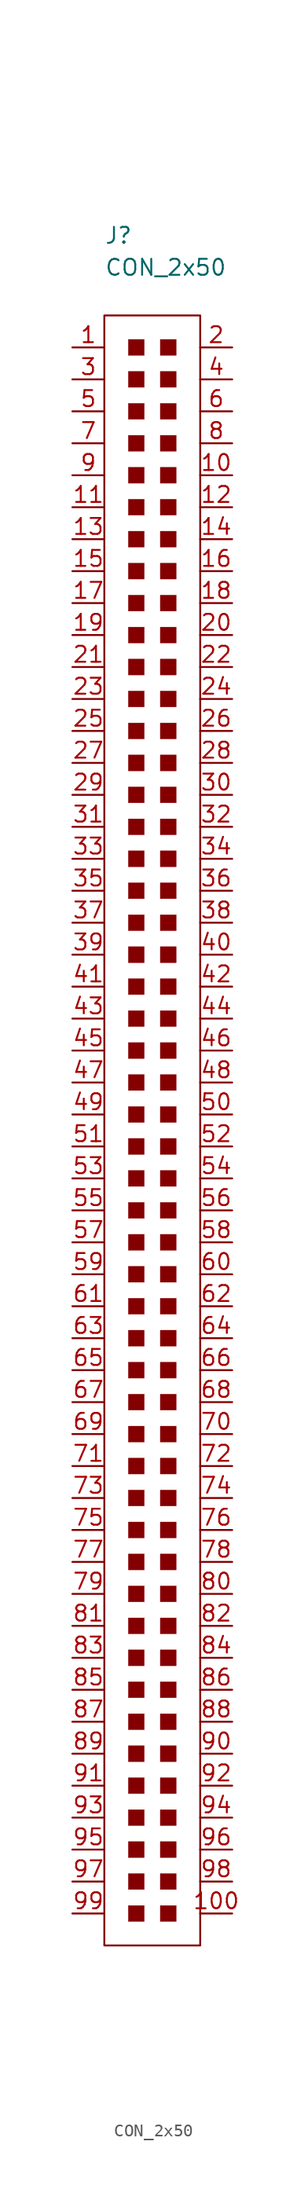
<source format=kicad_sym>
(kicad_symbol_lib
  (version 20211014)
  (generator kicad_symbol_editor)
  (symbol "CON_2x50"
    (pin_names
      (offset 1.016))
    (property "Reference" "J"
      (at 0 6.35 0)
      (effects (font (size 1.27 1.27)) (justify left)))
    (property "Value" "CON_2x50"
      (at 0 3.81 0)
      (effects (font (size 1.27 1.27)) (justify left)))
    (symbol "CON_2x50_0_1"
      (rectangle (start 0 0) (end 7.62 -129.54) (stroke (width 0.152) (type default) (color 0 0 0 0)) (fill (type none)))
      (rectangle (start 1.905 -126.365) (end 3.175 -127.635) (stroke (width 0.001) (type default) (color 0 0 0 0)) (fill (type outline)))
      (rectangle (start 1.905 -123.825) (end 3.175 -125.095) (stroke (width 0.001) (type default) (color 0 0 0 0)) (fill (type outline)))
      (rectangle (start 1.905 -121.285) (end 3.175 -122.555) (stroke (width 0.001) (type default) (color 0 0 0 0)) (fill (type outline)))
      (rectangle (start 1.905 -118.745) (end 3.175 -120.015) (stroke (width 0.001) (type default) (color 0 0 0 0)) (fill (type outline)))
      (rectangle (start 1.905 -116.205) (end 3.175 -117.475) (stroke (width 0.001) (type default) (color 0 0 0 0)) (fill (type outline)))
      (rectangle (start 1.905 -113.665) (end 3.175 -114.935) (stroke (width 0.001) (type default) (color 0 0 0 0)) (fill (type outline)))
      (rectangle (start 1.905 -111.125) (end 3.175 -112.395) (stroke (width 0.001) (type default) (color 0 0 0 0)) (fill (type outline)))
      (rectangle (start 1.905 -108.585) (end 3.175 -109.855) (stroke (width 0.001) (type default) (color 0 0 0 0)) (fill (type outline)))
      (rectangle (start 1.905 -106.045) (end 3.175 -107.315) (stroke (width 0.001) (type default) (color 0 0 0 0)) (fill (type outline)))
      (rectangle (start 1.905 -103.505) (end 3.175 -104.775) (stroke (width 0.001) (type default) (color 0 0 0 0)) (fill (type outline)))
      (rectangle (start 1.905 -100.965) (end 3.175 -102.235) (stroke (width 0.001) (type default) (color 0 0 0 0)) (fill (type outline)))
      (rectangle (start 1.905 -98.425) (end 3.175 -99.695) (stroke (width 0.001) (type default) (color 0 0 0 0)) (fill (type outline)))
      (rectangle (start 1.905 -95.885) (end 3.175 -97.155) (stroke (width 0.001) (type default) (color 0 0 0 0)) (fill (type outline)))
      (rectangle (start 1.905 -93.345) (end 3.175 -94.615) (stroke (width 0.001) (type default) (color 0 0 0 0)) (fill (type outline)))
      (rectangle (start 1.905 -90.805) (end 3.175 -92.075) (stroke (width 0.001) (type default) (color 0 0 0 0)) (fill (type outline)))
      (rectangle (start 1.905 -88.265) (end 3.175 -89.535) (stroke (width 0.001) (type default) (color 0 0 0 0)) (fill (type outline)))
      (rectangle (start 1.905 -85.725) (end 3.175 -86.995) (stroke (width 0.001) (type default) (color 0 0 0 0)) (fill (type outline)))
      (rectangle (start 1.905 -83.185) (end 3.175 -84.455) (stroke (width 0.001) (type default) (color 0 0 0 0)) (fill (type outline)))
      (rectangle (start 1.905 -80.645) (end 3.175 -81.915) (stroke (width 0.001) (type default) (color 0 0 0 0)) (fill (type outline)))
      (rectangle (start 1.905 -78.105) (end 3.175 -79.375) (stroke (width 0.001) (type default) (color 0 0 0 0)) (fill (type outline)))
      (rectangle (start 1.905 -75.565) (end 3.175 -76.835) (stroke (width 0.001) (type default) (color 0 0 0 0)) (fill (type outline)))
      (rectangle (start 1.905 -73.025) (end 3.175 -74.295) (stroke (width 0.001) (type default) (color 0 0 0 0)) (fill (type outline)))
      (rectangle (start 1.905 -70.485) (end 3.175 -71.755) (stroke (width 0.001) (type default) (color 0 0 0 0)) (fill (type outline)))
      (rectangle (start 1.905 -67.945) (end 3.175 -69.215) (stroke (width 0.001) (type default) (color 0 0 0 0)) (fill (type outline)))
      (rectangle (start 1.905 -65.405) (end 3.175 -66.675) (stroke (width 0.001) (type default) (color 0 0 0 0)) (fill (type outline)))
      (rectangle (start 1.905 -62.865) (end 3.175 -64.135) (stroke (width 0.001) (type default) (color 0 0 0 0)) (fill (type outline)))
      (rectangle (start 1.905 -60.325) (end 3.175 -61.595) (stroke (width 0.001) (type default) (color 0 0 0 0)) (fill (type outline)))
      (rectangle (start 1.905 -57.785) (end 3.175 -59.055) (stroke (width 0.001) (type default) (color 0 0 0 0)) (fill (type outline)))
      (rectangle (start 1.905 -55.245) (end 3.175 -56.515) (stroke (width 0.001) (type default) (color 0 0 0 0)) (fill (type outline)))
      (rectangle (start 1.905 -52.705) (end 3.175 -53.975) (stroke (width 0.001) (type default) (color 0 0 0 0)) (fill (type outline)))
      (rectangle (start 1.905 -50.165) (end 3.175 -51.435) (stroke (width 0.001) (type default) (color 0 0 0 0)) (fill (type outline)))
      (rectangle (start 1.905 -47.625) (end 3.175 -48.895) (stroke (width 0.001) (type default) (color 0 0 0 0)) (fill (type outline)))
      (rectangle (start 1.905 -45.085) (end 3.175 -46.355) (stroke (width 0.001) (type default) (color 0 0 0 0)) (fill (type outline)))
      (rectangle (start 1.905 -42.545) (end 3.175 -43.815) (stroke (width 0.001) (type default) (color 0 0 0 0)) (fill (type outline)))
      (rectangle (start 1.905 -40.005) (end 3.175 -41.275) (stroke (width 0.001) (type default) (color 0 0 0 0)) (fill (type outline)))
      (rectangle (start 1.905 -37.465) (end 3.175 -38.735) (stroke (width 0.001) (type default) (color 0 0 0 0)) (fill (type outline)))
      (rectangle (start 1.905 -34.925) (end 3.175 -36.195) (stroke (width 0.001) (type default) (color 0 0 0 0)) (fill (type outline)))
      (rectangle (start 1.905 -32.385) (end 3.175 -33.655) (stroke (width 0.001) (type default) (color 0 0 0 0)) (fill (type outline)))
      (rectangle (start 1.905 -29.845) (end 3.175 -31.115) (stroke (width 0.001) (type default) (color 0 0 0 0)) (fill (type outline)))
      (rectangle (start 1.905 -27.305) (end 3.175 -28.575) (stroke (width 0.001) (type default) (color 0 0 0 0)) (fill (type outline)))
      (rectangle (start 1.905 -24.765) (end 3.175 -26.035) (stroke (width 0.001) (type default) (color 0 0 0 0)) (fill (type outline)))
      (rectangle (start 1.905 -22.225) (end 3.175 -23.495) (stroke (width 0.001) (type default) (color 0 0 0 0)) (fill (type outline)))
      (rectangle (start 1.905 -19.685) (end 3.175 -20.955) (stroke (width 0.001) (type default) (color 0 0 0 0)) (fill (type outline)))
      (rectangle (start 1.905 -17.145) (end 3.175 -18.415) (stroke (width 0.001) (type default) (color 0 0 0 0)) (fill (type outline)))
      (rectangle (start 1.905 -14.605) (end 3.175 -15.875) (stroke (width 0.001) (type default) (color 0 0 0 0)) (fill (type outline)))
      (rectangle (start 1.905 -12.065) (end 3.175 -13.335) (stroke (width 0.001) (type default) (color 0 0 0 0)) (fill (type outline)))
      (rectangle (start 1.905 -9.525) (end 3.175 -10.795) (stroke (width 0.001) (type default) (color 0 0 0 0)) (fill (type outline)))
      (rectangle (start 1.905 -6.985) (end 3.175 -8.255) (stroke (width 0.001) (type default) (color 0 0 0 0)) (fill (type outline)))
      (rectangle (start 1.905 -4.445) (end 3.175 -5.715) (stroke (width 0.001) (type default) (color 0 0 0 0)) (fill (type outline)))
      (rectangle (start 1.905 -1.905) (end 3.175 -3.175) (stroke (width 0.001) (type default) (color 0 0 0 0)) (fill (type outline)))
      (rectangle (start 4.445 -126.365) (end 5.715 -127.635) (stroke (width 0.001) (type default) (color 0 0 0 0)) (fill (type outline)))
      (rectangle (start 4.445 -123.825) (end 5.715 -125.095) (stroke (width 0.001) (type default) (color 0 0 0 0)) (fill (type outline)))
      (rectangle (start 4.445 -121.285) (end 5.715 -122.555) (stroke (width 0.001) (type default) (color 0 0 0 0)) (fill (type outline)))
      (rectangle (start 4.445 -118.745) (end 5.715 -120.015) (stroke (width 0.001) (type default) (color 0 0 0 0)) (fill (type outline)))
      (rectangle (start 4.445 -116.205) (end 5.715 -117.475) (stroke (width 0.001) (type default) (color 0 0 0 0)) (fill (type outline)))
      (rectangle (start 4.445 -113.665) (end 5.715 -114.935) (stroke (width 0.001) (type default) (color 0 0 0 0)) (fill (type outline)))
      (rectangle (start 4.445 -111.125) (end 5.715 -112.395) (stroke (width 0.001) (type default) (color 0 0 0 0)) (fill (type outline)))
      (rectangle (start 4.445 -108.585) (end 5.715 -109.855) (stroke (width 0.001) (type default) (color 0 0 0 0)) (fill (type outline)))
      (rectangle (start 4.445 -106.045) (end 5.715 -107.315) (stroke (width 0.001) (type default) (color 0 0 0 0)) (fill (type outline)))
      (rectangle (start 4.445 -103.505) (end 5.715 -104.775) (stroke (width 0.001) (type default) (color 0 0 0 0)) (fill (type outline)))
      (rectangle (start 4.445 -100.965) (end 5.715 -102.235) (stroke (width 0.001) (type default) (color 0 0 0 0)) (fill (type outline)))
      (rectangle (start 4.445 -98.425) (end 5.715 -99.695) (stroke (width 0.001) (type default) (color 0 0 0 0)) (fill (type outline)))
      (rectangle (start 4.445 -95.885) (end 5.715 -97.155) (stroke (width 0.001) (type default) (color 0 0 0 0)) (fill (type outline)))
      (rectangle (start 4.445 -93.345) (end 5.715 -94.615) (stroke (width 0.001) (type default) (color 0 0 0 0)) (fill (type outline)))
      (rectangle (start 4.445 -90.805) (end 5.715 -92.075) (stroke (width 0.001) (type default) (color 0 0 0 0)) (fill (type outline)))
      (rectangle (start 4.445 -88.265) (end 5.715 -89.535) (stroke (width 0.001) (type default) (color 0 0 0 0)) (fill (type outline)))
      (rectangle (start 4.445 -85.725) (end 5.715 -86.995) (stroke (width 0.001) (type default) (color 0 0 0 0)) (fill (type outline)))
      (rectangle (start 4.445 -83.185) (end 5.715 -84.455) (stroke (width 0.001) (type default) (color 0 0 0 0)) (fill (type outline)))
      (rectangle (start 4.445 -80.645) (end 5.715 -81.915) (stroke (width 0.001) (type default) (color 0 0 0 0)) (fill (type outline)))
      (rectangle (start 4.445 -78.105) (end 5.715 -79.375) (stroke (width 0.001) (type default) (color 0 0 0 0)) (fill (type outline)))
      (rectangle (start 4.445 -75.565) (end 5.715 -76.835) (stroke (width 0.001) (type default) (color 0 0 0 0)) (fill (type outline)))
      (rectangle (start 4.445 -73.025) (end 5.715 -74.295) (stroke (width 0.001) (type default) (color 0 0 0 0)) (fill (type outline)))
      (rectangle (start 4.445 -70.485) (end 5.715 -71.755) (stroke (width 0.001) (type default) (color 0 0 0 0)) (fill (type outline)))
      (rectangle (start 4.445 -67.945) (end 5.715 -69.215) (stroke (width 0.001) (type default) (color 0 0 0 0)) (fill (type outline)))
      (rectangle (start 4.445 -65.405) (end 5.715 -66.675) (stroke (width 0.001) (type default) (color 0 0 0 0)) (fill (type outline)))
      (rectangle (start 4.445 -62.865) (end 5.715 -64.135) (stroke (width 0.001) (type default) (color 0 0 0 0)) (fill (type outline)))
      (rectangle (start 4.445 -60.325) (end 5.715 -61.595) (stroke (width 0.001) (type default) (color 0 0 0 0)) (fill (type outline)))
      (rectangle (start 4.445 -57.785) (end 5.715 -59.055) (stroke (width 0.001) (type default) (color 0 0 0 0)) (fill (type outline)))
      (rectangle (start 4.445 -55.245) (end 5.715 -56.515) (stroke (width 0.001) (type default) (color 0 0 0 0)) (fill (type outline)))
      (rectangle (start 4.445 -52.705) (end 5.715 -53.975) (stroke (width 0.001) (type default) (color 0 0 0 0)) (fill (type outline)))
      (rectangle (start 4.445 -50.165) (end 5.715 -51.435) (stroke (width 0.001) (type default) (color 0 0 0 0)) (fill (type outline)))
      (rectangle (start 4.445 -47.625) (end 5.715 -48.895) (stroke (width 0.001) (type default) (color 0 0 0 0)) (fill (type outline)))
      (rectangle (start 4.445 -45.085) (end 5.715 -46.355) (stroke (width 0.001) (type default) (color 0 0 0 0)) (fill (type outline)))
      (rectangle (start 4.445 -42.545) (end 5.715 -43.815) (stroke (width 0.001) (type default) (color 0 0 0 0)) (fill (type outline)))
      (rectangle (start 4.445 -40.005) (end 5.715 -41.275) (stroke (width 0.001) (type default) (color 0 0 0 0)) (fill (type outline)))
      (rectangle (start 4.445 -37.465) (end 5.715 -38.735) (stroke (width 0.001) (type default) (color 0 0 0 0)) (fill (type outline)))
      (rectangle (start 4.445 -34.925) (end 5.715 -36.195) (stroke (width 0.001) (type default) (color 0 0 0 0)) (fill (type outline)))
      (rectangle (start 4.445 -32.385) (end 5.715 -33.655) (stroke (width 0.001) (type default) (color 0 0 0 0)) (fill (type outline)))
      (rectangle (start 4.445 -29.845) (end 5.715 -31.115) (stroke (width 0.001) (type default) (color 0 0 0 0)) (fill (type outline)))
      (rectangle (start 4.445 -27.305) (end 5.715 -28.575) (stroke (width 0.001) (type default) (color 0 0 0 0)) (fill (type outline)))
      (rectangle (start 4.445 -24.765) (end 5.715 -26.035) (stroke (width 0.001) (type default) (color 0 0 0 0)) (fill (type outline)))
      (rectangle (start 4.445 -22.225) (end 5.715 -23.495) (stroke (width 0.001) (type default) (color 0 0 0 0)) (fill (type outline)))
      (rectangle (start 4.445 -19.685) (end 5.715 -20.955) (stroke (width 0.001) (type default) (color 0 0 0 0)) (fill (type outline)))
      (rectangle (start 4.445 -17.145) (end 5.715 -18.415) (stroke (width 0.001) (type default) (color 0 0 0 0)) (fill (type outline)))
      (rectangle (start 4.445 -14.605) (end 5.715 -15.875) (stroke (width 0.001) (type default) (color 0 0 0 0)) (fill (type outline)))
      (rectangle (start 4.445 -12.065) (end 5.715 -13.335) (stroke (width 0.001) (type default) (color 0 0 0 0)) (fill (type outline)))
      (rectangle (start 4.445 -9.525) (end 5.715 -10.795) (stroke (width 0.001) (type default) (color 0 0 0 0)) (fill (type outline)))
      (rectangle (start 4.445 -6.985) (end 5.715 -8.255) (stroke (width 0.001) (type default) (color 0 0 0 0)) (fill (type outline)))
      (rectangle (start 4.445 -4.445) (end 5.715 -5.715) (stroke (width 0.001) (type default) (color 0 0 0 0)) (fill (type outline)))
      (rectangle (start 4.445 -1.905) (end 5.715 -3.175) (stroke (width 0.001) (type default) (color 0 0 0 0)) (fill (type outline))))
    (symbol "CON_2x50_1_1"
      (pin passive line (at -2.54 -2.54 0) (length 2.54) (name "~" (effects (font (size 1.27 1.27)))) (number "1" (effects (font (size 1.27 1.27)))))
      (pin passive line (at 10.16 -12.7 180) (length 2.54) (name "~" (effects (font (size 1.27 1.27)))) (number "10" (effects (font (size 1.27 1.27)))))
      (pin passive line (at 10.16 -127 180) (length 2.54) (name "~" (effects (font (size 1.27 1.27)))) (number "100" (effects (font (size 1.27 1.27)))))
      (pin passive line (at -2.54 -15.24 0) (length 2.54) (name "~" (effects (font (size 1.27 1.27)))) (number "11" (effects (font (size 1.27 1.27)))))
      (pin passive line (at 10.16 -15.24 180) (length 2.54) (name "~" (effects (font (size 1.27 1.27)))) (number "12" (effects (font (size 1.27 1.27)))))
      (pin passive line (at -2.54 -17.78 0) (length 2.54) (name "~" (effects (font (size 1.27 1.27)))) (number "13" (effects (font (size 1.27 1.27)))))
      (pin passive line (at 10.16 -17.78 180) (length 2.54) (name "~" (effects (font (size 1.27 1.27)))) (number "14" (effects (font (size 1.27 1.27)))))
      (pin passive line (at -2.54 -20.32 0) (length 2.54) (name "~" (effects (font (size 1.27 1.27)))) (number "15" (effects (font (size 1.27 1.27)))))
      (pin passive line (at 10.16 -20.32 180) (length 2.54) (name "~" (effects (font (size 1.27 1.27)))) (number "16" (effects (font (size 1.27 1.27)))))
      (pin passive line (at -2.54 -22.86 0) (length 2.54) (name "~" (effects (font (size 1.27 1.27)))) (number "17" (effects (font (size 1.27 1.27)))))
      (pin passive line (at 10.16 -22.86 180) (length 2.54) (name "~" (effects (font (size 1.27 1.27)))) (number "18" (effects (font (size 1.27 1.27)))))
      (pin passive line (at -2.54 -25.4 0) (length 2.54) (name "~" (effects (font (size 1.27 1.27)))) (number "19" (effects (font (size 1.27 1.27)))))
      (pin passive line (at 10.16 -2.54 180) (length 2.54) (name "~" (effects (font (size 1.27 1.27)))) (number "2" (effects (font (size 1.27 1.27)))))
      (pin passive line (at 10.16 -25.4 180) (length 2.54) (name "~" (effects (font (size 1.27 1.27)))) (number "20" (effects (font (size 1.27 1.27)))))
      (pin passive line (at -2.54 -27.94 0) (length 2.54) (name "~" (effects (font (size 1.27 1.27)))) (number "21" (effects (font (size 1.27 1.27)))))
      (pin passive line (at 10.16 -27.94 180) (length 2.54) (name "~" (effects (font (size 1.27 1.27)))) (number "22" (effects (font (size 1.27 1.27)))))
      (pin passive line (at -2.54 -30.48 0) (length 2.54) (name "~" (effects (font (size 1.27 1.27)))) (number "23" (effects (font (size 1.27 1.27)))))
      (pin passive line (at 10.16 -30.48 180) (length 2.54) (name "~" (effects (font (size 1.27 1.27)))) (number "24" (effects (font (size 1.27 1.27)))))
      (pin passive line (at -2.54 -33.02 0) (length 2.54) (name "~" (effects (font (size 1.27 1.27)))) (number "25" (effects (font (size 1.27 1.27)))))
      (pin passive line (at 10.16 -33.02 180) (length 2.54) (name "~" (effects (font (size 1.27 1.27)))) (number "26" (effects (font (size 1.27 1.27)))))
      (pin passive line (at -2.54 -35.56 0) (length 2.54) (name "~" (effects (font (size 1.27 1.27)))) (number "27" (effects (font (size 1.27 1.27)))))
      (pin passive line (at 10.16 -35.56 180) (length 2.54) (name "~" (effects (font (size 1.27 1.27)))) (number "28" (effects (font (size 1.27 1.27)))))
      (pin passive line (at -2.54 -38.1 0) (length 2.54) (name "~" (effects (font (size 1.27 1.27)))) (number "29" (effects (font (size 1.27 1.27)))))
      (pin passive line (at -2.54 -5.08 0) (length 2.54) (name "~" (effects (font (size 1.27 1.27)))) (number "3" (effects (font (size 1.27 1.27)))))
      (pin passive line (at 10.16 -38.1 180) (length 2.54) (name "~" (effects (font (size 1.27 1.27)))) (number "30" (effects (font (size 1.27 1.27)))))
      (pin passive line (at -2.54 -40.64 0) (length 2.54) (name "~" (effects (font (size 1.27 1.27)))) (number "31" (effects (font (size 1.27 1.27)))))
      (pin passive line (at 10.16 -40.64 180) (length 2.54) (name "~" (effects (font (size 1.27 1.27)))) (number "32" (effects (font (size 1.27 1.27)))))
      (pin passive line (at -2.54 -43.18 0) (length 2.54) (name "~" (effects (font (size 1.27 1.27)))) (number "33" (effects (font (size 1.27 1.27)))))
      (pin passive line (at 10.16 -43.18 180) (length 2.54) (name "~" (effects (font (size 1.27 1.27)))) (number "34" (effects (font (size 1.27 1.27)))))
      (pin passive line (at -2.54 -45.72 0) (length 2.54) (name "~" (effects (font (size 1.27 1.27)))) (number "35" (effects (font (size 1.27 1.27)))))
      (pin passive line (at 10.16 -45.72 180) (length 2.54) (name "~" (effects (font (size 1.27 1.27)))) (number "36" (effects (font (size 1.27 1.27)))))
      (pin passive line (at -2.54 -48.26 0) (length 2.54) (name "~" (effects (font (size 1.27 1.27)))) (number "37" (effects (font (size 1.27 1.27)))))
      (pin passive line (at 10.16 -48.26 180) (length 2.54) (name "~" (effects (font (size 1.27 1.27)))) (number "38" (effects (font (size 1.27 1.27)))))
      (pin passive line (at -2.54 -50.8 0) (length 2.54) (name "~" (effects (font (size 1.27 1.27)))) (number "39" (effects (font (size 1.27 1.27)))))
      (pin passive line (at 10.16 -5.08 180) (length 2.54) (name "~" (effects (font (size 1.27 1.27)))) (number "4" (effects (font (size 1.27 1.27)))))
      (pin passive line (at 10.16 -50.8 180) (length 2.54) (name "~" (effects (font (size 1.27 1.27)))) (number "40" (effects (font (size 1.27 1.27)))))
      (pin passive line (at -2.54 -53.34 0) (length 2.54) (name "~" (effects (font (size 1.27 1.27)))) (number "41" (effects (font (size 1.27 1.27)))))
      (pin passive line (at 10.16 -53.34 180) (length 2.54) (name "~" (effects (font (size 1.27 1.27)))) (number "42" (effects (font (size 1.27 1.27)))))
      (pin passive line (at -2.54 -55.88 0) (length 2.54) (name "~" (effects (font (size 1.27 1.27)))) (number "43" (effects (font (size 1.27 1.27)))))
      (pin passive line (at 10.16 -55.88 180) (length 2.54) (name "~" (effects (font (size 1.27 1.27)))) (number "44" (effects (font (size 1.27 1.27)))))
      (pin passive line (at -2.54 -58.42 0) (length 2.54) (name "~" (effects (font (size 1.27 1.27)))) (number "45" (effects (font (size 1.27 1.27)))))
      (pin passive line (at 10.16 -58.42 180) (length 2.54) (name "~" (effects (font (size 1.27 1.27)))) (number "46" (effects (font (size 1.27 1.27)))))
      (pin passive line (at -2.54 -60.96 0) (length 2.54) (name "~" (effects (font (size 1.27 1.27)))) (number "47" (effects (font (size 1.27 1.27)))))
      (pin passive line (at 10.16 -60.96 180) (length 2.54) (name "~" (effects (font (size 1.27 1.27)))) (number "48" (effects (font (size 1.27 1.27)))))
      (pin passive line (at -2.54 -63.5 0) (length 2.54) (name "~" (effects (font (size 1.27 1.27)))) (number "49" (effects (font (size 1.27 1.27)))))
      (pin passive line (at -2.54 -7.62 0) (length 2.54) (name "~" (effects (font (size 1.27 1.27)))) (number "5" (effects (font (size 1.27 1.27)))))
      (pin passive line (at 10.16 -63.5 180) (length 2.54) (name "~" (effects (font (size 1.27 1.27)))) (number "50" (effects (font (size 1.27 1.27)))))
      (pin passive line (at -2.54 -66.04 0) (length 2.54) (name "~" (effects (font (size 1.27 1.27)))) (number "51" (effects (font (size 1.27 1.27)))))
      (pin passive line (at 10.16 -66.04 180) (length 2.54) (name "~" (effects (font (size 1.27 1.27)))) (number "52" (effects (font (size 1.27 1.27)))))
      (pin passive line (at -2.54 -68.58 0) (length 2.54) (name "~" (effects (font (size 1.27 1.27)))) (number "53" (effects (font (size 1.27 1.27)))))
      (pin passive line (at 10.16 -68.58 180) (length 2.54) (name "~" (effects (font (size 1.27 1.27)))) (number "54" (effects (font (size 1.27 1.27)))))
      (pin passive line (at -2.54 -71.12 0) (length 2.54) (name "~" (effects (font (size 1.27 1.27)))) (number "55" (effects (font (size 1.27 1.27)))))
      (pin passive line (at 10.16 -71.12 180) (length 2.54) (name "~" (effects (font (size 1.27 1.27)))) (number "56" (effects (font (size 1.27 1.27)))))
      (pin passive line (at -2.54 -73.66 0) (length 2.54) (name "~" (effects (font (size 1.27 1.27)))) (number "57" (effects (font (size 1.27 1.27)))))
      (pin passive line (at 10.16 -73.66 180) (length 2.54) (name "~" (effects (font (size 1.27 1.27)))) (number "58" (effects (font (size 1.27 1.27)))))
      (pin passive line (at -2.54 -76.2 0) (length 2.54) (name "~" (effects (font (size 1.27 1.27)))) (number "59" (effects (font (size 1.27 1.27)))))
      (pin passive line (at 10.16 -7.62 180) (length 2.54) (name "~" (effects (font (size 1.27 1.27)))) (number "6" (effects (font (size 1.27 1.27)))))
      (pin passive line (at 10.16 -76.2 180) (length 2.54) (name "~" (effects (font (size 1.27 1.27)))) (number "60" (effects (font (size 1.27 1.27)))))
      (pin passive line (at -2.54 -78.74 0) (length 2.54) (name "~" (effects (font (size 1.27 1.27)))) (number "61" (effects (font (size 1.27 1.27)))))
      (pin passive line (at 10.16 -78.74 180) (length 2.54) (name "~" (effects (font (size 1.27 1.27)))) (number "62" (effects (font (size 1.27 1.27)))))
      (pin passive line (at -2.54 -81.28 0) (length 2.54) (name "~" (effects (font (size 1.27 1.27)))) (number "63" (effects (font (size 1.27 1.27)))))
      (pin passive line (at 10.16 -81.28 180) (length 2.54) (name "~" (effects (font (size 1.27 1.27)))) (number "64" (effects (font (size 1.27 1.27)))))
      (pin passive line (at -2.54 -83.82 0) (length 2.54) (name "~" (effects (font (size 1.27 1.27)))) (number "65" (effects (font (size 1.27 1.27)))))
      (pin passive line (at 10.16 -83.82 180) (length 2.54) (name "~" (effects (font (size 1.27 1.27)))) (number "66" (effects (font (size 1.27 1.27)))))
      (pin passive line (at -2.54 -86.36 0) (length 2.54) (name "~" (effects (font (size 1.27 1.27)))) (number "67" (effects (font (size 1.27 1.27)))))
      (pin passive line (at 10.16 -86.36 180) (length 2.54) (name "~" (effects (font (size 1.27 1.27)))) (number "68" (effects (font (size 1.27 1.27)))))
      (pin passive line (at -2.54 -88.9 0) (length 2.54) (name "~" (effects (font (size 1.27 1.27)))) (number "69" (effects (font (size 1.27 1.27)))))
      (pin passive line (at -2.54 -10.16 0) (length 2.54) (name "~" (effects (font (size 1.27 1.27)))) (number "7" (effects (font (size 1.27 1.27)))))
      (pin passive line (at 10.16 -88.9 180) (length 2.54) (name "~" (effects (font (size 1.27 1.27)))) (number "70" (effects (font (size 1.27 1.27)))))
      (pin passive line (at -2.54 -91.44 0) (length 2.54) (name "~" (effects (font (size 1.27 1.27)))) (number "71" (effects (font (size 1.27 1.27)))))
      (pin passive line (at 10.16 -91.44 180) (length 2.54) (name "~" (effects (font (size 1.27 1.27)))) (number "72" (effects (font (size 1.27 1.27)))))
      (pin passive line (at -2.54 -93.98 0) (length 2.54) (name "~" (effects (font (size 1.27 1.27)))) (number "73" (effects (font (size 1.27 1.27)))))
      (pin passive line (at 10.16 -93.98 180) (length 2.54) (name "~" (effects (font (size 1.27 1.27)))) (number "74" (effects (font (size 1.27 1.27)))))
      (pin passive line (at -2.54 -96.52 0) (length 2.54) (name "~" (effects (font (size 1.27 1.27)))) (number "75" (effects (font (size 1.27 1.27)))))
      (pin passive line (at 10.16 -96.52 180) (length 2.54) (name "~" (effects (font (size 1.27 1.27)))) (number "76" (effects (font (size 1.27 1.27)))))
      (pin passive line (at -2.54 -99.06 0) (length 2.54) (name "~" (effects (font (size 1.27 1.27)))) (number "77" (effects (font (size 1.27 1.27)))))
      (pin passive line (at 10.16 -99.06 180) (length 2.54) (name "~" (effects (font (size 1.27 1.27)))) (number "78" (effects (font (size 1.27 1.27)))))
      (pin passive line (at -2.54 -101.6 0) (length 2.54) (name "~" (effects (font (size 1.27 1.27)))) (number "79" (effects (font (size 1.27 1.27)))))
      (pin passive line (at 10.16 -10.16 180) (length 2.54) (name "~" (effects (font (size 1.27 1.27)))) (number "8" (effects (font (size 1.27 1.27)))))
      (pin passive line (at 10.16 -101.6 180) (length 2.54) (name "~" (effects (font (size 1.27 1.27)))) (number "80" (effects (font (size 1.27 1.27)))))
      (pin passive line (at -2.54 -104.14 0) (length 2.54) (name "~" (effects (font (size 1.27 1.27)))) (number "81" (effects (font (size 1.27 1.27)))))
      (pin passive line (at 10.16 -104.14 180) (length 2.54) (name "~" (effects (font (size 1.27 1.27)))) (number "82" (effects (font (size 1.27 1.27)))))
      (pin passive line (at -2.54 -106.68 0) (length 2.54) (name "~" (effects (font (size 1.27 1.27)))) (number "83" (effects (font (size 1.27 1.27)))))
      (pin passive line (at 10.16 -106.68 180) (length 2.54) (name "~" (effects (font (size 1.27 1.27)))) (number "84" (effects (font (size 1.27 1.27)))))
      (pin passive line (at -2.54 -109.22 0) (length 2.54) (name "~" (effects (font (size 1.27 1.27)))) (number "85" (effects (font (size 1.27 1.27)))))
      (pin passive line (at 10.16 -109.22 180) (length 2.54) (name "~" (effects (font (size 1.27 1.27)))) (number "86" (effects (font (size 1.27 1.27)))))
      (pin passive line (at -2.54 -111.76 0) (length 2.54) (name "~" (effects (font (size 1.27 1.27)))) (number "87" (effects (font (size 1.27 1.27)))))
      (pin passive line (at 10.16 -111.76 180) (length 2.54) (name "~" (effects (font (size 1.27 1.27)))) (number "88" (effects (font (size 1.27 1.27)))))
      (pin passive line (at -2.54 -114.3 0) (length 2.54) (name "~" (effects (font (size 1.27 1.27)))) (number "89" (effects (font (size 1.27 1.27)))))
      (pin passive line (at -2.54 -12.7 0) (length 2.54) (name "~" (effects (font (size 1.27 1.27)))) (number "9" (effects (font (size 1.27 1.27)))))
      (pin passive line (at 10.16 -114.3 180) (length 2.54) (name "~" (effects (font (size 1.27 1.27)))) (number "90" (effects (font (size 1.27 1.27)))))
      (pin passive line (at -2.54 -116.84 0) (length 2.54) (name "~" (effects (font (size 1.27 1.27)))) (number "91" (effects (font (size 1.27 1.27)))))
      (pin passive line (at 10.16 -116.84 180) (length 2.54) (name "~" (effects (font (size 1.27 1.27)))) (number "92" (effects (font (size 1.27 1.27)))))
      (pin passive line (at -2.54 -119.38 0) (length 2.54) (name "~" (effects (font (size 1.27 1.27)))) (number "93" (effects (font (size 1.27 1.27)))))
      (pin passive line (at 10.16 -119.38 180) (length 2.54) (name "~" (effects (font (size 1.27 1.27)))) (number "94" (effects (font (size 1.27 1.27)))))
      (pin passive line (at -2.54 -121.92 0) (length 2.54) (name "~" (effects (font (size 1.27 1.27)))) (number "95" (effects (font (size 1.27 1.27)))))
      (pin passive line (at 10.16 -121.92 180) (length 2.54) (name "~" (effects (font (size 1.27 1.27)))) (number "96" (effects (font (size 1.27 1.27)))))
      (pin passive line (at -2.54 -124.46 0) (length 2.54) (name "~" (effects (font (size 1.27 1.27)))) (number "97" (effects (font (size 1.27 1.27)))))
      (pin passive line (at 10.16 -124.46 180) (length 2.54) (name "~" (effects (font (size 1.27 1.27)))) (number "98" (effects (font (size 1.27 1.27)))))
      (pin passive line (at -2.54 -127 0) (length 2.54) (name "~" (effects (font (size 1.27 1.27)))) (number "99" (effects (font (size 1.27 1.27))))))))
</source>
